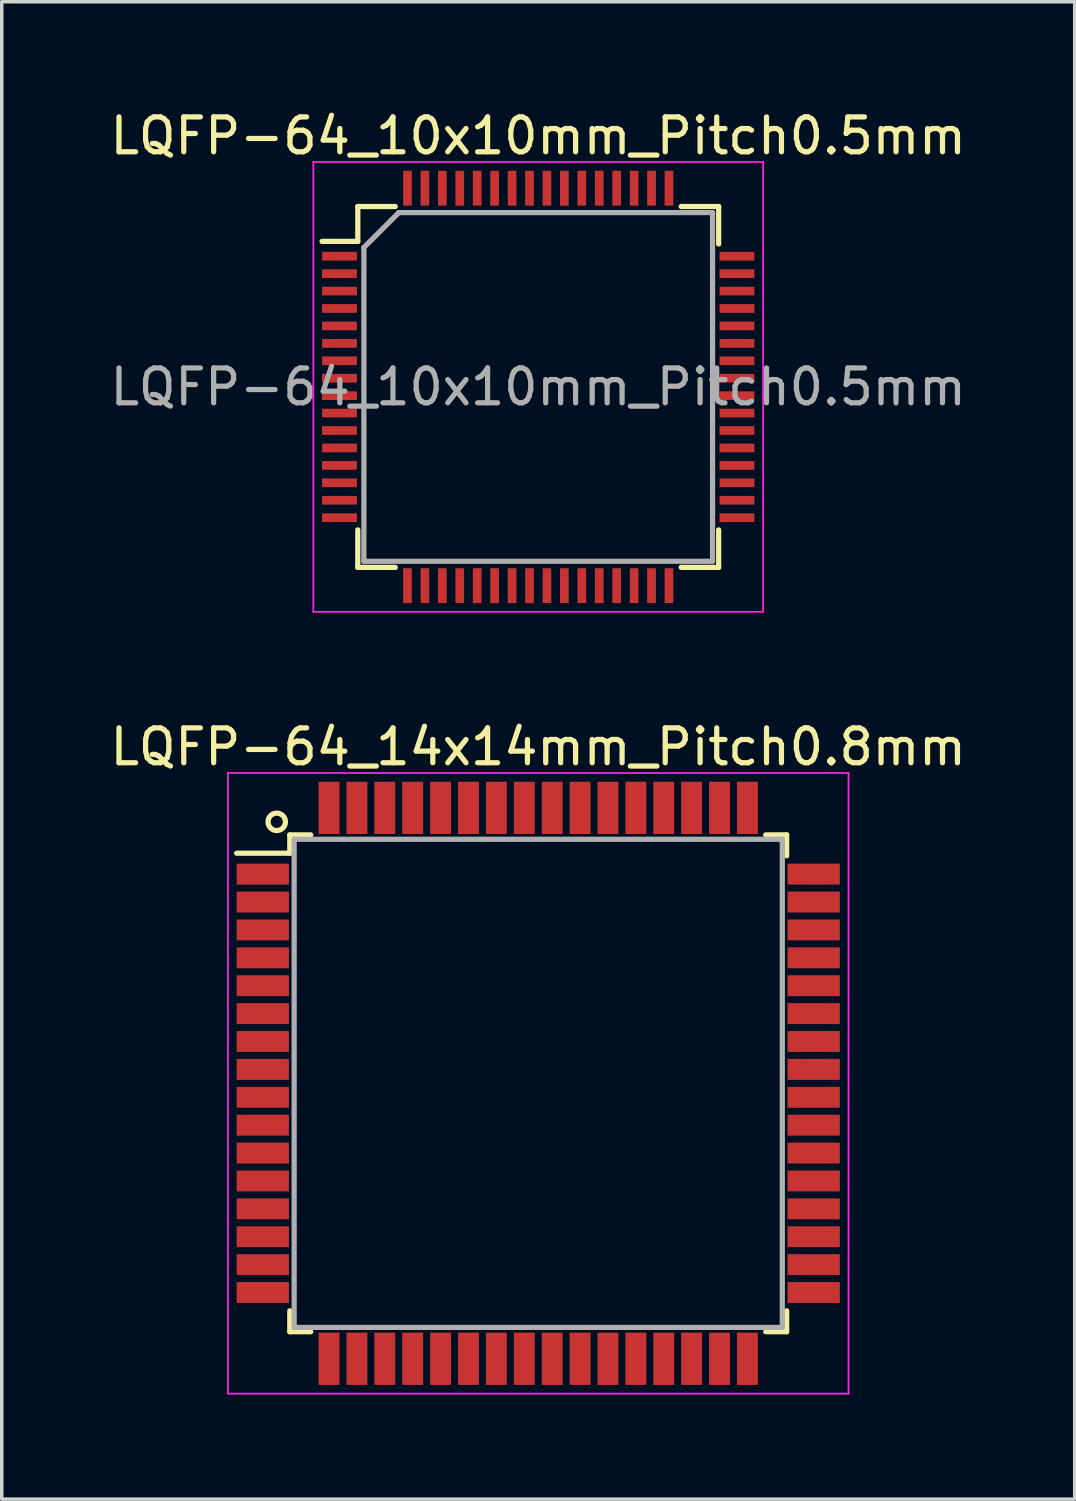
<source format=kicad_pcb>
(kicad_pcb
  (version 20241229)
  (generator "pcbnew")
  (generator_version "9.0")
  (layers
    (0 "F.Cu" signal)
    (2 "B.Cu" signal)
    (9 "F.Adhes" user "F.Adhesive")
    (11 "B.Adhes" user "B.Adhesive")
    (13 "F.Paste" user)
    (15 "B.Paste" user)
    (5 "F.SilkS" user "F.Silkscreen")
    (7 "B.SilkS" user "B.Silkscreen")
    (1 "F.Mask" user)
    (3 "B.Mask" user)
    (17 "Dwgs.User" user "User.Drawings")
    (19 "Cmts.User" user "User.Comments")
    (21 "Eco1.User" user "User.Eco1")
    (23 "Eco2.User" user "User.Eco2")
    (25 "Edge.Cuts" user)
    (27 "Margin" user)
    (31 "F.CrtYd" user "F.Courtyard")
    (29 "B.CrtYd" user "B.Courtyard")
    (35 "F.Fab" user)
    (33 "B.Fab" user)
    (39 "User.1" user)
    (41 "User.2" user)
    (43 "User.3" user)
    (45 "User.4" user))
  (footprint "LQFP-64_10x10mm_Pitch0.5mm"
    (layer "F.Cu")
    (at 12.387 8.048)
    (property "Reference" "LQFP-64_10x10mm_Pitch0.5mm" (at 0 -7.2 0) (layer "F.SilkS") (effects (font (size 1 1) (thickness 0.15))))
    (attr smd)
    (fp_line (start -5.175 -5.175) (end -5.175 -4.175) (stroke (width 0.15) (type solid)) (layer "F.SilkS"))
    (fp_line (start -5.175 -5.175) (end -4.1 -5.175) (stroke (width 0.15) (type solid)) (layer "F.SilkS"))
    (fp_line (start -5.175 -4.175) (end -6.2 -4.175) (stroke (width 0.15) (type solid)) (layer "F.SilkS"))
    (fp_line (start -5.175 5.175) (end -5.175 4.1) (stroke (width 0.15) (type solid)) (layer "F.SilkS"))
    (fp_line (start -5.175 5.175) (end -4.1 5.175) (stroke (width 0.15) (type solid)) (layer "F.SilkS"))
    (fp_line (start 5.175 -5.175) (end 4.1 -5.175) (stroke (width 0.15) (type solid)) (layer "F.SilkS"))
    (fp_line (start 5.175 -5.175) (end 5.175 -4.1) (stroke (width 0.15) (type solid)) (layer "F.SilkS"))
    (fp_line (start 5.175 5.175) (end 4.1 5.175) (stroke (width 0.15) (type solid)) (layer "F.SilkS"))
    (fp_line (start 5.175 5.175) (end 5.175 4.1) (stroke (width 0.15) (type solid)) (layer "F.SilkS"))
    (fp_line (start -6.45 -6.45) (end -6.45 6.45) (stroke (width 0.05) (type solid)) (layer "F.CrtYd"))
    (fp_line (start -6.45 -6.45) (end 6.45 -6.45) (stroke (width 0.05) (type solid)) (layer "F.CrtYd"))
    (fp_line (start -6.45 6.45) (end 6.45 6.45) (stroke (width 0.05) (type solid)) (layer "F.CrtYd"))
    (fp_line (start 6.45 -6.45) (end 6.45 6.45) (stroke (width 0.05) (type solid)) (layer "F.CrtYd"))
    (fp_line (start -5 -4) (end -4 -5) (stroke (width 0.15) (type solid)) (layer "F.Fab"))
    (fp_line (start -5 5) (end -5 -4) (stroke (width 0.15) (type solid)) (layer "F.Fab"))
    (fp_line (start -4 -5) (end 5 -5) (stroke (width 0.15) (type solid)) (layer "F.Fab"))
    (fp_line (start 5 -5) (end 5 5) (stroke (width 0.15) (type solid)) (layer "F.Fab"))
    (fp_line (start 5 5) (end -5 5) (stroke (width 0.15) (type solid)) (layer "F.Fab"))
    (fp_text user "${REFERENCE}" (at 0 0 0) (layer "F.Fab") (effects (font (size 1 1) (thickness 0.15))))
    (pad "1" smd rect (at -5.7 -3.75) (size 1 0.25) (layers "F.Cu" "F.Mask" "F.Paste"))
    (pad "2" smd rect (at -5.7 -3.25) (size 1 0.25) (layers "F.Cu" "F.Mask" "F.Paste"))
    (pad "3" smd rect (at -5.7 -2.75) (size 1 0.25) (layers "F.Cu" "F.Mask" "F.Paste"))
    (pad "4" smd rect (at -5.7 -2.25) (size 1 0.25) (layers "F.Cu" "F.Mask" "F.Paste"))
    (pad "5" smd rect (at -5.7 -1.75) (size 1 0.25) (layers "F.Cu" "F.Mask" "F.Paste"))
    (pad "6" smd rect (at -5.7 -1.25) (size 1 0.25) (layers "F.Cu" "F.Mask" "F.Paste"))
    (pad "7" smd rect (at -5.7 -0.75) (size 1 0.25) (layers "F.Cu" "F.Mask" "F.Paste"))
    (pad "8" smd rect (at -5.7 -0.25) (size 1 0.25) (layers "F.Cu" "F.Mask" "F.Paste"))
    (pad "9" smd rect (at -5.7 0.25) (size 1 0.25) (layers "F.Cu" "F.Mask" "F.Paste"))
    (pad "10" smd rect (at -5.7 0.75) (size 1 0.25) (layers "F.Cu" "F.Mask" "F.Paste"))
    (pad "11" smd rect (at -5.7 1.25) (size 1 0.25) (layers "F.Cu" "F.Mask" "F.Paste"))
    (pad "12" smd rect (at -5.7 1.75) (size 1 0.25) (layers "F.Cu" "F.Mask" "F.Paste"))
    (pad "13" smd rect (at -5.7 2.25) (size 1 0.25) (layers "F.Cu" "F.Mask" "F.Paste"))
    (pad "14" smd rect (at -5.7 2.75) (size 1 0.25) (layers "F.Cu" "F.Mask" "F.Paste"))
    (pad "15" smd rect (at -5.7 3.25) (size 1 0.25) (layers "F.Cu" "F.Mask" "F.Paste"))
    (pad "16" smd rect (at -5.7 3.75) (size 1 0.25) (layers "F.Cu" "F.Mask" "F.Paste"))
    (pad "17" smd rect (at -3.75 5.7 90) (size 1 0.25) (layers "F.Cu" "F.Mask" "F.Paste"))
    (pad "18" smd rect (at -3.25 5.7 90) (size 1 0.25) (layers "F.Cu" "F.Mask" "F.Paste"))
    (pad "19" smd rect (at -2.75 5.7 90) (size 1 0.25) (layers "F.Cu" "F.Mask" "F.Paste"))
    (pad "20" smd rect (at -2.25 5.7 90) (size 1 0.25) (layers "F.Cu" "F.Mask" "F.Paste"))
    (pad "21" smd rect (at -1.75 5.7 90) (size 1 0.25) (layers "F.Cu" "F.Mask" "F.Paste"))
    (pad "22" smd rect (at -1.25 5.7 90) (size 1 0.25) (layers "F.Cu" "F.Mask" "F.Paste"))
    (pad "23" smd rect (at -0.75 5.7 90) (size 1 0.25) (layers "F.Cu" "F.Mask" "F.Paste"))
    (pad "24" smd rect (at -0.25 5.7 90) (size 1 0.25) (layers "F.Cu" "F.Mask" "F.Paste"))
    (pad "25" smd rect (at 0.25 5.7 90) (size 1 0.25) (layers "F.Cu" "F.Mask" "F.Paste"))
    (pad "26" smd rect (at 0.75 5.7 90) (size 1 0.25) (layers "F.Cu" "F.Mask" "F.Paste"))
    (pad "27" smd rect (at 1.25 5.7 90) (size 1 0.25) (layers "F.Cu" "F.Mask" "F.Paste"))
    (pad "28" smd rect (at 1.75 5.7 90) (size 1 0.25) (layers "F.Cu" "F.Mask" "F.Paste"))
    (pad "29" smd rect (at 2.25 5.7 90) (size 1 0.25) (layers "F.Cu" "F.Mask" "F.Paste"))
    (pad "30" smd rect (at 2.75 5.7 90) (size 1 0.25) (layers "F.Cu" "F.Mask" "F.Paste"))
    (pad "31" smd rect (at 3.25 5.7 90) (size 1 0.25) (layers "F.Cu" "F.Mask" "F.Paste"))
    (pad "32" smd rect (at 3.75 5.7 90) (size 1 0.25) (layers "F.Cu" "F.Mask" "F.Paste"))
    (pad "33" smd rect (at 5.7 3.75) (size 1 0.25) (layers "F.Cu" "F.Mask" "F.Paste"))
    (pad "34" smd rect (at 5.7 3.25) (size 1 0.25) (layers "F.Cu" "F.Mask" "F.Paste"))
    (pad "35" smd rect (at 5.7 2.75) (size 1 0.25) (layers "F.Cu" "F.Mask" "F.Paste"))
    (pad "36" smd rect (at 5.7 2.25) (size 1 0.25) (layers "F.Cu" "F.Mask" "F.Paste"))
    (pad "37" smd rect (at 5.7 1.75) (size 1 0.25) (layers "F.Cu" "F.Mask" "F.Paste"))
    (pad "38" smd rect (at 5.7 1.25) (size 1 0.25) (layers "F.Cu" "F.Mask" "F.Paste"))
    (pad "39" smd rect (at 5.7 0.75) (size 1 0.25) (layers "F.Cu" "F.Mask" "F.Paste"))
    (pad "40" smd rect (at 5.7 0.25) (size 1 0.25) (layers "F.Cu" "F.Mask" "F.Paste"))
    (pad "41" smd rect (at 5.7 -0.25) (size 1 0.25) (layers "F.Cu" "F.Mask" "F.Paste"))
    (pad "42" smd rect (at 5.7 -0.75) (size 1 0.25) (layers "F.Cu" "F.Mask" "F.Paste"))
    (pad "43" smd rect (at 5.7 -1.25) (size 1 0.25) (layers "F.Cu" "F.Mask" "F.Paste"))
    (pad "44" smd rect (at 5.7 -1.75) (size 1 0.25) (layers "F.Cu" "F.Mask" "F.Paste"))
    (pad "45" smd rect (at 5.7 -2.25) (size 1 0.25) (layers "F.Cu" "F.Mask" "F.Paste"))
    (pad "46" smd rect (at 5.7 -2.75) (size 1 0.25) (layers "F.Cu" "F.Mask" "F.Paste"))
    (pad "47" smd rect (at 5.7 -3.25) (size 1 0.25) (layers "F.Cu" "F.Mask" "F.Paste"))
    (pad "48" smd rect (at 5.7 -3.75) (size 1 0.25) (layers "F.Cu" "F.Mask" "F.Paste"))
    (pad "49" smd rect (at 3.75 -5.7 90) (size 1 0.25) (layers "F.Cu" "F.Mask" "F.Paste"))
    (pad "50" smd rect (at 3.25 -5.7 90) (size 1 0.25) (layers "F.Cu" "F.Mask" "F.Paste"))
    (pad "51" smd rect (at 2.75 -5.7 90) (size 1 0.25) (layers "F.Cu" "F.Mask" "F.Paste"))
    (pad "52" smd rect (at 2.25 -5.7 90) (size 1 0.25) (layers "F.Cu" "F.Mask" "F.Paste"))
    (pad "53" smd rect (at 1.75 -5.7 90) (size 1 0.25) (layers "F.Cu" "F.Mask" "F.Paste"))
    (pad "54" smd rect (at 1.25 -5.7 90) (size 1 0.25) (layers "F.Cu" "F.Mask" "F.Paste"))
    (pad "55" smd rect (at 0.75 -5.7 90) (size 1 0.25) (layers "F.Cu" "F.Mask" "F.Paste"))
    (pad "56" smd rect (at 0.25 -5.7 90) (size 1 0.25) (layers "F.Cu" "F.Mask" "F.Paste"))
    (pad "57" smd rect (at -0.25 -5.7 90) (size 1 0.25) (layers "F.Cu" "F.Mask" "F.Paste"))
    (pad "58" smd rect (at -0.75 -5.7 90) (size 1 0.25) (layers "F.Cu" "F.Mask" "F.Paste"))
    (pad "59" smd rect (at -1.25 -5.7 90) (size 1 0.25) (layers "F.Cu" "F.Mask" "F.Paste"))
    (pad "60" smd rect (at -1.75 -5.7 90) (size 1 0.25) (layers "F.Cu" "F.Mask" "F.Paste"))
    (pad "61" smd rect (at -2.25 -5.7 90) (size 1 0.25) (layers "F.Cu" "F.Mask" "F.Paste"))
    (pad "62" smd rect (at -2.75 -5.7 90) (size 1 0.25) (layers "F.Cu" "F.Mask" "F.Paste"))
    (pad "63" smd rect (at -3.25 -5.7 90) (size 1 0.25) (layers "F.Cu" "F.Mask" "F.Paste"))
    (pad "64" smd rect (at -3.75 -5.7 90) (size 1 0.25) (layers "F.Cu" "F.Mask" "F.Paste")))
  (footprint "LQFP-64_14x14mm_Pitch0.8mm"
    (layer "F.Cu")
    (at 12.387 28.021)
    (property "Reference" "LQFP-64_14x14mm_Pitch0.8mm" (at 0 -9.65 0) (layer "F.SilkS") (effects (font (size 1 1) (thickness 0.15))))
    (attr smd)
    (fp_line (start -7.125 -7.125) (end -7.125 -6.6) (stroke (width 0.15) (type solid)) (layer "F.SilkS"))
    (fp_line (start -7.125 -7.125) (end -6.525 -7.125) (stroke (width 0.15) (type solid)) (layer "F.SilkS"))
    (fp_line (start -7.125 -6.6) (end -8.65 -6.6) (stroke (width 0.15) (type solid)) (layer "F.SilkS"))
    (fp_line (start -7.125 7.125) (end -7.125 6.525) (stroke (width 0.15) (type solid)) (layer "F.SilkS"))
    (fp_line (start -7.125 7.125) (end -6.525 7.125) (stroke (width 0.15) (type solid)) (layer "F.SilkS"))
    (fp_line (start 7.125 -7.125) (end 6.525 -7.125) (stroke (width 0.15) (type solid)) (layer "F.SilkS"))
    (fp_line (start 7.125 -7.125) (end 7.125 -6.525) (stroke (width 0.15) (type solid)) (layer "F.SilkS"))
    (fp_line (start 7.125 7.125) (end 6.525 7.125) (stroke (width 0.15) (type solid)) (layer "F.SilkS"))
    (fp_line (start 7.125 7.125) (end 7.125 6.525) (stroke (width 0.15) (type solid)) (layer "F.SilkS"))
    (fp_circle (center -7.5 -7.5) (end -7.25 -7.5) (stroke (width 0.15) (type solid)) (fill no) (layer "F.SilkS"))
    (fp_line (start -8.9 -8.9) (end -8.9 8.9) (stroke (width 0.05) (type solid)) (layer "F.CrtYd"))
    (fp_line (start -8.9 -8.9) (end 8.9 -8.9) (stroke (width 0.05) (type solid)) (layer "F.CrtYd"))
    (fp_line (start -8.9 8.9) (end 8.9 8.9) (stroke (width 0.05) (type solid)) (layer "F.CrtYd"))
    (fp_line (start 8.9 -8.9) (end 8.9 8.9) (stroke (width 0.05) (type solid)) (layer "F.CrtYd"))
    (fp_line (start -7 -7) (end 7 -7) (stroke (width 0.15) (type solid)) (layer "F.Fab"))
    (fp_line (start -7 7) (end -7 -7) (stroke (width 0.15) (type solid)) (layer "F.Fab"))
    (fp_line (start 7 -7) (end 7 7) (stroke (width 0.15) (type solid)) (layer "F.Fab"))
    (fp_line (start 7 7) (end -7 7) (stroke (width 0.15) (type solid)) (layer "F.Fab"))
    (pad "1" smd rect (at -7.9 -6) (size 1.5 0.6) (layers "F.Cu" "F.Mask" "F.Paste"))
    (pad "2" smd rect (at -7.9 -5.2) (size 1.5 0.6) (layers "F.Cu" "F.Mask" "F.Paste"))
    (pad "3" smd rect (at -7.9 -4.4) (size 1.5 0.6) (layers "F.Cu" "F.Mask" "F.Paste"))
    (pad "4" smd rect (at -7.9 -3.6) (size 1.5 0.6) (layers "F.Cu" "F.Mask" "F.Paste"))
    (pad "5" smd rect (at -7.9 -2.8) (size 1.5 0.6) (layers "F.Cu" "F.Mask" "F.Paste"))
    (pad "6" smd rect (at -7.9 -2) (size 1.5 0.6) (layers "F.Cu" "F.Mask" "F.Paste"))
    (pad "7" smd rect (at -7.9 -1.2) (size 1.5 0.6) (layers "F.Cu" "F.Mask" "F.Paste"))
    (pad "8" smd rect (at -7.9 -0.4) (size 1.5 0.6) (layers "F.Cu" "F.Mask" "F.Paste"))
    (pad "9" smd rect (at -7.9 0.4) (size 1.5 0.6) (layers "F.Cu" "F.Mask" "F.Paste"))
    (pad "10" smd rect (at -7.9 1.2) (size 1.5 0.6) (layers "F.Cu" "F.Mask" "F.Paste"))
    (pad "11" smd rect (at -7.9 2) (size 1.5 0.6) (layers "F.Cu" "F.Mask" "F.Paste"))
    (pad "12" smd rect (at -7.9 2.8) (size 1.5 0.6) (layers "F.Cu" "F.Mask" "F.Paste"))
    (pad "13" smd rect (at -7.9 3.6) (size 1.5 0.6) (layers "F.Cu" "F.Mask" "F.Paste"))
    (pad "14" smd rect (at -7.9 4.4) (size 1.5 0.6) (layers "F.Cu" "F.Mask" "F.Paste"))
    (pad "15" smd rect (at -7.9 5.2) (size 1.5 0.6) (layers "F.Cu" "F.Mask" "F.Paste"))
    (pad "16" smd rect (at -7.9 6) (size 1.5 0.6) (layers "F.Cu" "F.Mask" "F.Paste"))
    (pad "17" smd rect (at -6 7.9 90) (size 1.5 0.6) (layers "F.Cu" "F.Mask" "F.Paste"))
    (pad "18" smd rect (at -5.2 7.9 90) (size 1.5 0.6) (layers "F.Cu" "F.Mask" "F.Paste"))
    (pad "19" smd rect (at -4.4 7.9 90) (size 1.5 0.6) (layers "F.Cu" "F.Mask" "F.Paste"))
    (pad "20" smd rect (at -3.6 7.9 90) (size 1.5 0.6) (layers "F.Cu" "F.Mask" "F.Paste"))
    (pad "21" smd rect (at -2.8 7.9 90) (size 1.5 0.6) (layers "F.Cu" "F.Mask" "F.Paste"))
    (pad "22" smd rect (at -2 7.9 90) (size 1.5 0.6) (layers "F.Cu" "F.Mask" "F.Paste"))
    (pad "23" smd rect (at -1.2 7.9 90) (size 1.5 0.6) (layers "F.Cu" "F.Mask" "F.Paste"))
    (pad "24" smd rect (at -0.4 7.9 90) (size 1.5 0.6) (layers "F.Cu" "F.Mask" "F.Paste"))
    (pad "25" smd rect (at 0.4 7.9 90) (size 1.5 0.6) (layers "F.Cu" "F.Mask" "F.Paste"))
    (pad "26" smd rect (at 1.2 7.9 90) (size 1.5 0.6) (layers "F.Cu" "F.Mask" "F.Paste"))
    (pad "27" smd rect (at 2 7.9 90) (size 1.5 0.6) (layers "F.Cu" "F.Mask" "F.Paste"))
    (pad "28" smd rect (at 2.8 7.9 90) (size 1.5 0.6) (layers "F.Cu" "F.Mask" "F.Paste"))
    (pad "29" smd rect (at 3.6 7.9 90) (size 1.5 0.6) (layers "F.Cu" "F.Mask" "F.Paste"))
    (pad "30" smd rect (at 4.4 7.9 90) (size 1.5 0.6) (layers "F.Cu" "F.Mask" "F.Paste"))
    (pad "31" smd rect (at 5.2 7.9 90) (size 1.5 0.6) (layers "F.Cu" "F.Mask" "F.Paste"))
    (pad "32" smd rect (at 6 7.9 90) (size 1.5 0.6) (layers "F.Cu" "F.Mask" "F.Paste"))
    (pad "33" smd rect (at 7.9 6) (size 1.5 0.6) (layers "F.Cu" "F.Mask" "F.Paste"))
    (pad "34" smd rect (at 7.9 5.2) (size 1.5 0.6) (layers "F.Cu" "F.Mask" "F.Paste"))
    (pad "35" smd rect (at 7.9 4.4) (size 1.5 0.6) (layers "F.Cu" "F.Mask" "F.Paste"))
    (pad "36" smd rect (at 7.9 3.6) (size 1.5 0.6) (layers "F.Cu" "F.Mask" "F.Paste"))
    (pad "37" smd rect (at 7.9 2.8) (size 1.5 0.6) (layers "F.Cu" "F.Mask" "F.Paste"))
    (pad "38" smd rect (at 7.9 2) (size 1.5 0.6) (layers "F.Cu" "F.Mask" "F.Paste"))
    (pad "39" smd rect (at 7.9 1.2) (size 1.5 0.6) (layers "F.Cu" "F.Mask" "F.Paste"))
    (pad "40" smd rect (at 7.9 0.4) (size 1.5 0.6) (layers "F.Cu" "F.Mask" "F.Paste"))
    (pad "41" smd rect (at 7.9 -0.4) (size 1.5 0.6) (layers "F.Cu" "F.Mask" "F.Paste"))
    (pad "42" smd rect (at 7.9 -1.2) (size 1.5 0.6) (layers "F.Cu" "F.Mask" "F.Paste"))
    (pad "43" smd rect (at 7.9 -2) (size 1.5 0.6) (layers "F.Cu" "F.Mask" "F.Paste"))
    (pad "44" smd rect (at 7.9 -2.8) (size 1.5 0.6) (layers "F.Cu" "F.Mask" "F.Paste"))
    (pad "45" smd rect (at 7.9 -3.6) (size 1.5 0.6) (layers "F.Cu" "F.Mask" "F.Paste"))
    (pad "46" smd rect (at 7.9 -4.4) (size 1.5 0.6) (layers "F.Cu" "F.Mask" "F.Paste"))
    (pad "47" smd rect (at 7.9 -5.2) (size 1.5 0.6) (layers "F.Cu" "F.Mask" "F.Paste"))
    (pad "48" smd rect (at 7.9 -6) (size 1.5 0.6) (layers "F.Cu" "F.Mask" "F.Paste"))
    (pad "49" smd rect (at 6 -7.9 90) (size 1.5 0.6) (layers "F.Cu" "F.Mask" "F.Paste"))
    (pad "50" smd rect (at 5.2 -7.9 90) (size 1.5 0.6) (layers "F.Cu" "F.Mask" "F.Paste"))
    (pad "51" smd rect (at 4.4 -7.9 90) (size 1.5 0.6) (layers "F.Cu" "F.Mask" "F.Paste"))
    (pad "52" smd rect (at 3.6 -7.9 90) (size 1.5 0.6) (layers "F.Cu" "F.Mask" "F.Paste"))
    (pad "53" smd rect (at 2.8 -7.9 90) (size 1.5 0.6) (layers "F.Cu" "F.Mask" "F.Paste"))
    (pad "54" smd rect (at 2 -7.9 90) (size 1.5 0.6) (layers "F.Cu" "F.Mask" "F.Paste"))
    (pad "55" smd rect (at 1.2 -7.9 90) (size 1.5 0.6) (layers "F.Cu" "F.Mask" "F.Paste"))
    (pad "56" smd rect (at 0.4 -7.9 90) (size 1.5 0.6) (layers "F.Cu" "F.Mask" "F.Paste"))
    (pad "57" smd rect (at -0.4 -7.9 90) (size 1.5 0.6) (layers "F.Cu" "F.Mask" "F.Paste"))
    (pad "58" smd rect (at -1.2 -7.9 90) (size 1.5 0.6) (layers "F.Cu" "F.Mask" "F.Paste"))
    (pad "59" smd rect (at -2 -7.9 90) (size 1.5 0.6) (layers "F.Cu" "F.Mask" "F.Paste"))
    (pad "60" smd rect (at -2.8 -7.9 90) (size 1.5 0.6) (layers "F.Cu" "F.Mask" "F.Paste"))
    (pad "61" smd rect (at -3.6 -7.9 90) (size 1.5 0.6) (layers "F.Cu" "F.Mask" "F.Paste"))
    (pad "62" smd rect (at -4.4 -7.9 90) (size 1.5 0.6) (layers "F.Cu" "F.Mask" "F.Paste"))
    (pad "63" smd rect (at -5.2 -7.9 90) (size 1.5 0.6) (layers "F.Cu" "F.Mask" "F.Paste"))
    (pad "64" smd rect (at -6 -7.9 90) (size 1.5 0.6) (layers "F.Cu" "F.Mask" "F.Paste")))
  (gr_rect
    (start -3 -3)
    (end 27.774 39.947)
    (stroke (width 0.1) (type default))
    (fill no)
    (layer "Edge.Cuts")))
</source>
